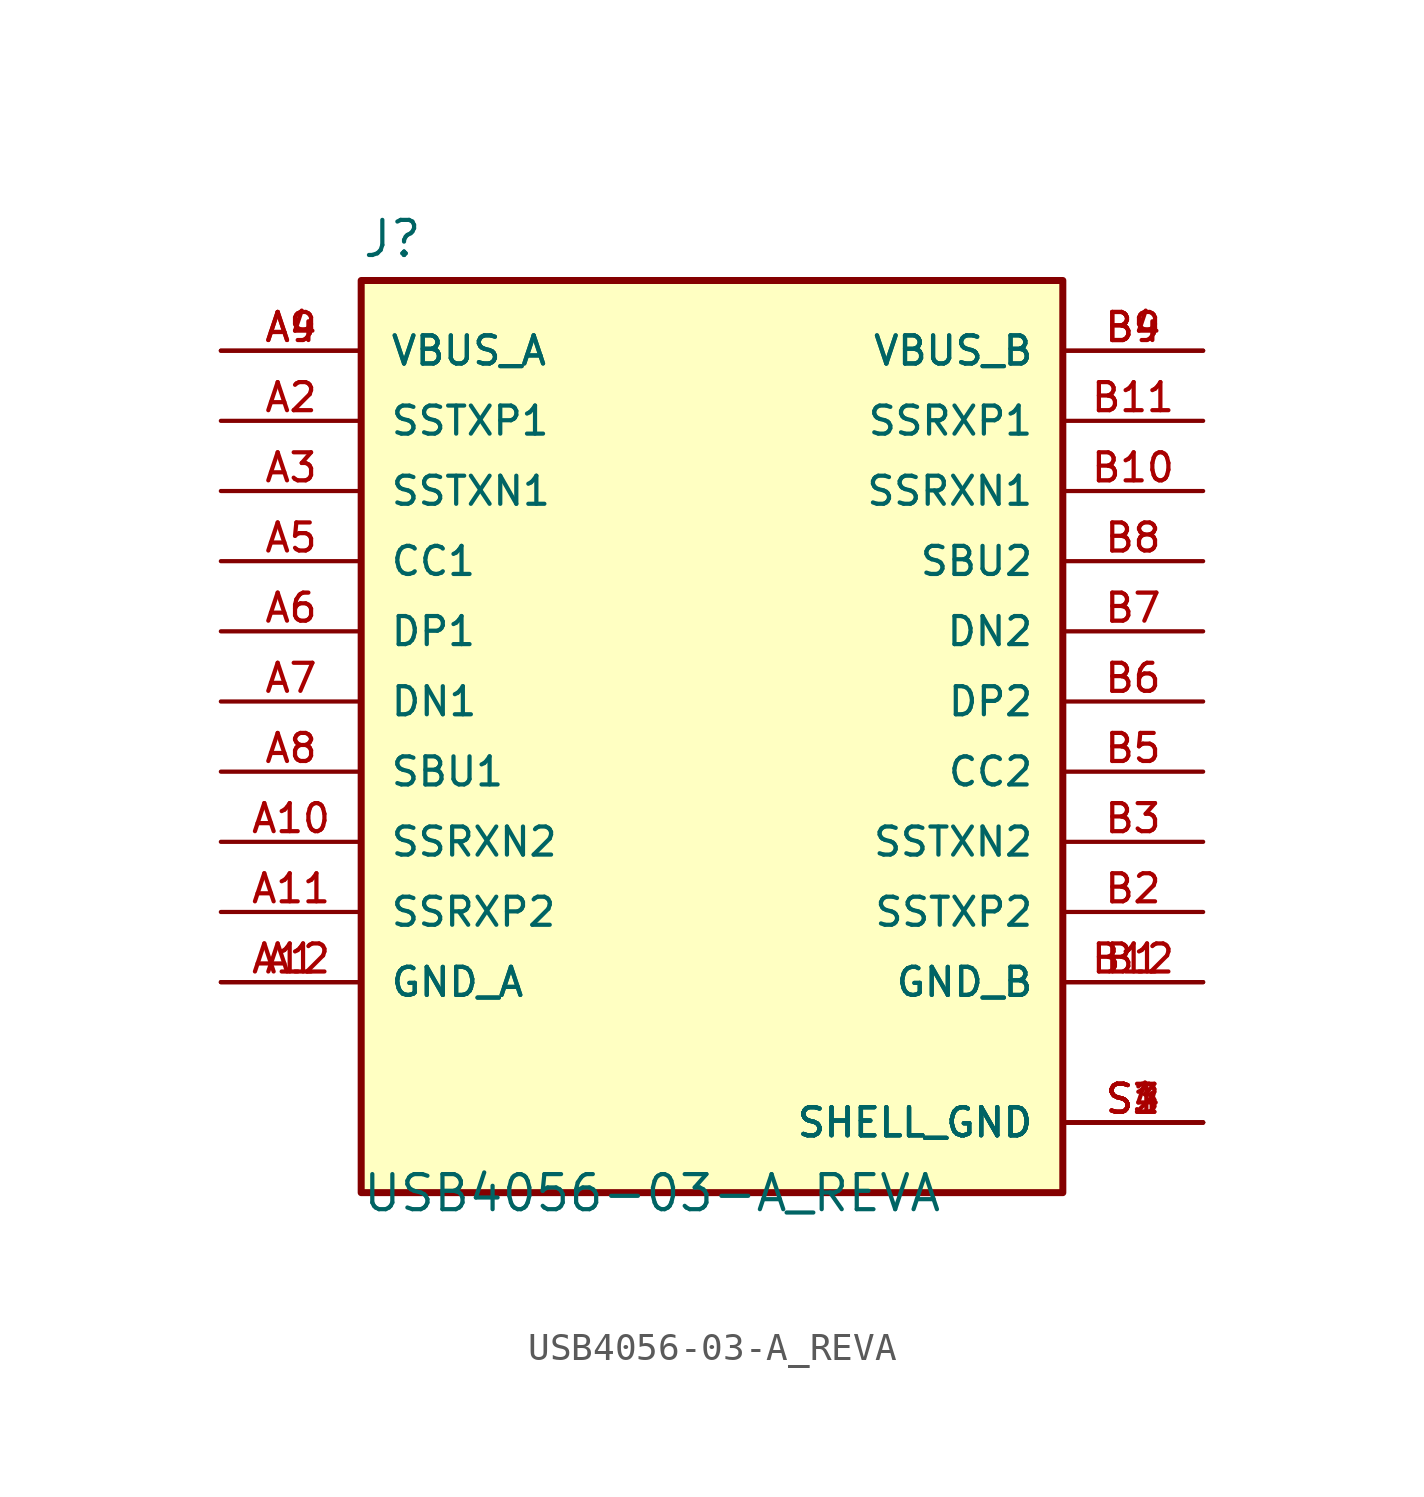
<source format=kicad_sym>
(kicad_symbol_lib
  (version 20211014)
  (generator kicad_symbol_editor)
  (symbol "USB4056-03-A_REVA"
    (pin_names
      (offset 1.016))
    (property "Reference" "J"
      (at -12.7 16.002 0)
      (effects (font (size 1.27 1.27)) (justify left bottom)))
    (property "Value" "USB4056-03-A_REVA"
      (at -12.7 -18.542 0)
      (effects (font (size 1.27 1.27)) (justify left bottom)))
    (property "ki_locked" ""
      (at 0 0 0)
      (effects (font (size 1.27 1.27))))
    (symbol "USB4056-03-A_REVA_0_0"
      (rectangle (start -12.7 -17.78) (end 12.7 15.24) (stroke (width 0.254) (type default) (color 0 0 0 0)) (fill (type background)))
      (pin power_in line (at -17.78 -10.16 0) (length 5.08) (name "GND_A" (effects (font (size 1.016 1.016)))) (number "A1" (effects (font (size 1.016 1.016)))))
      (pin bidirectional line (at -17.78 -5.08 0) (length 5.08) (name "SSRXN2" (effects (font (size 1.016 1.016)))) (number "A10" (effects (font (size 1.016 1.016)))))
      (pin bidirectional line (at -17.78 -7.62 0) (length 5.08) (name "SSRXP2" (effects (font (size 1.016 1.016)))) (number "A11" (effects (font (size 1.016 1.016)))))
      (pin power_in line (at -17.78 -10.16 0) (length 5.08) (name "GND_A" (effects (font (size 1.016 1.016)))) (number "A12" (effects (font (size 1.016 1.016)))))
      (pin bidirectional line (at -17.78 10.16 0) (length 5.08) (name "SSTXP1" (effects (font (size 1.016 1.016)))) (number "A2" (effects (font (size 1.016 1.016)))))
      (pin bidirectional line (at -17.78 7.62 0) (length 5.08) (name "SSTXN1" (effects (font (size 1.016 1.016)))) (number "A3" (effects (font (size 1.016 1.016)))))
      (pin power_in line (at -17.78 12.7 0) (length 5.08) (name "VBUS_A" (effects (font (size 1.016 1.016)))) (number "A4" (effects (font (size 1.016 1.016)))))
      (pin bidirectional line (at -17.78 5.08 0) (length 5.08) (name "CC1" (effects (font (size 1.016 1.016)))) (number "A5" (effects (font (size 1.016 1.016)))))
      (pin bidirectional line (at -17.78 2.54 0) (length 5.08) (name "DP1" (effects (font (size 1.016 1.016)))) (number "A6" (effects (font (size 1.016 1.016)))))
      (pin bidirectional line (at -17.78 0 0) (length 5.08) (name "DN1" (effects (font (size 1.016 1.016)))) (number "A7" (effects (font (size 1.016 1.016)))))
      (pin bidirectional line (at -17.78 -2.54 0) (length 5.08) (name "SBU1" (effects (font (size 1.016 1.016)))) (number "A8" (effects (font (size 1.016 1.016)))))
      (pin power_in line (at -17.78 12.7 0) (length 5.08) (name "VBUS_A" (effects (font (size 1.016 1.016)))) (number "A9" (effects (font (size 1.016 1.016)))))
      (pin power_in line (at 17.78 -10.16 180) (length 5.08) (name "GND_B" (effects (font (size 1.016 1.016)))) (number "B1" (effects (font (size 1.016 1.016)))))
      (pin bidirectional line (at 17.78 7.62 180) (length 5.08) (name "SSRXN1" (effects (font (size 1.016 1.016)))) (number "B10" (effects (font (size 1.016 1.016)))))
      (pin bidirectional line (at 17.78 10.16 180) (length 5.08) (name "SSRXP1" (effects (font (size 1.016 1.016)))) (number "B11" (effects (font (size 1.016 1.016)))))
      (pin power_in line (at 17.78 -10.16 180) (length 5.08) (name "GND_B" (effects (font (size 1.016 1.016)))) (number "B12" (effects (font (size 1.016 1.016)))))
      (pin bidirectional line (at 17.78 -7.62 180) (length 5.08) (name "SSTXP2" (effects (font (size 1.016 1.016)))) (number "B2" (effects (font (size 1.016 1.016)))))
      (pin bidirectional line (at 17.78 -5.08 180) (length 5.08) (name "SSTXN2" (effects (font (size 1.016 1.016)))) (number "B3" (effects (font (size 1.016 1.016)))))
      (pin power_in line (at 17.78 12.7 180) (length 5.08) (name "VBUS_B" (effects (font (size 1.016 1.016)))) (number "B4" (effects (font (size 1.016 1.016)))))
      (pin bidirectional line (at 17.78 -2.54 180) (length 5.08) (name "CC2" (effects (font (size 1.016 1.016)))) (number "B5" (effects (font (size 1.016 1.016)))))
      (pin bidirectional line (at 17.78 0 180) (length 5.08) (name "DP2" (effects (font (size 1.016 1.016)))) (number "B6" (effects (font (size 1.016 1.016)))))
      (pin bidirectional line (at 17.78 2.54 180) (length 5.08) (name "DN2" (effects (font (size 1.016 1.016)))) (number "B7" (effects (font (size 1.016 1.016)))))
      (pin bidirectional line (at 17.78 5.08 180) (length 5.08) (name "SBU2" (effects (font (size 1.016 1.016)))) (number "B8" (effects (font (size 1.016 1.016)))))
      (pin power_in line (at 17.78 12.7 180) (length 5.08) (name "VBUS_B" (effects (font (size 1.016 1.016)))) (number "B9" (effects (font (size 1.016 1.016)))))
      (pin power_in line (at 17.78 -15.24 180) (length 5.08) (name "SHELL_GND" (effects (font (size 1.016 1.016)))) (number "S1" (effects (font (size 1.016 1.016)))))
      (pin power_in line (at 17.78 -15.24 180) (length 5.08) (name "SHELL_GND" (effects (font (size 1.016 1.016)))) (number "S2" (effects (font (size 1.016 1.016)))))
      (pin power_in line (at 17.78 -15.24 180) (length 5.08) (name "SHELL_GND" (effects (font (size 1.016 1.016)))) (number "S3" (effects (font (size 1.016 1.016)))))
      (pin power_in line (at 17.78 -15.24 180) (length 5.08) (name "SHELL_GND" (effects (font (size 1.016 1.016)))) (number "S4" (effects (font (size 1.016 1.016))))))))
</source>
